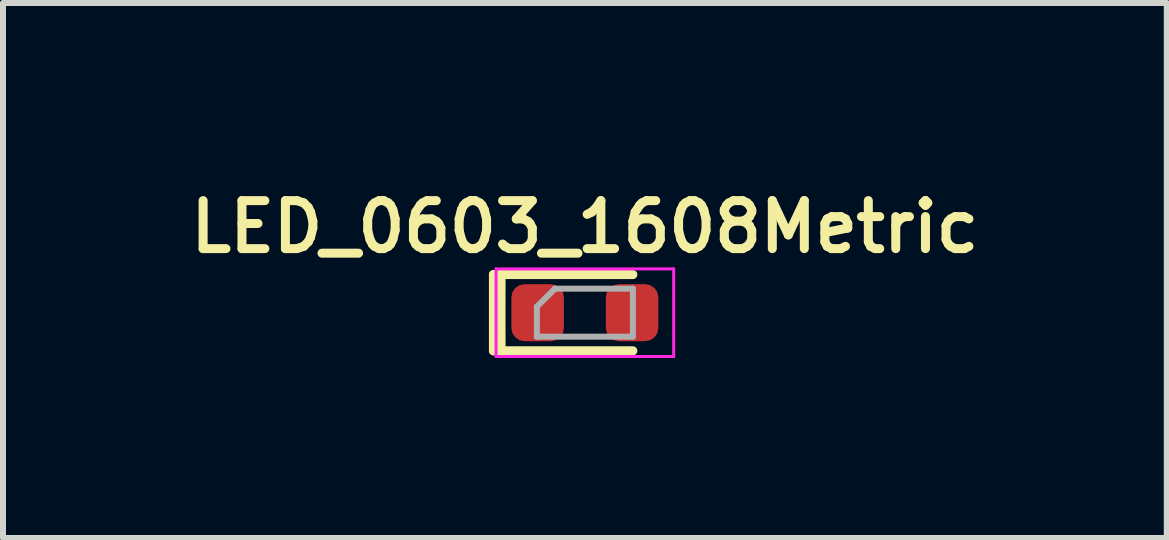
<source format=kicad_pcb>
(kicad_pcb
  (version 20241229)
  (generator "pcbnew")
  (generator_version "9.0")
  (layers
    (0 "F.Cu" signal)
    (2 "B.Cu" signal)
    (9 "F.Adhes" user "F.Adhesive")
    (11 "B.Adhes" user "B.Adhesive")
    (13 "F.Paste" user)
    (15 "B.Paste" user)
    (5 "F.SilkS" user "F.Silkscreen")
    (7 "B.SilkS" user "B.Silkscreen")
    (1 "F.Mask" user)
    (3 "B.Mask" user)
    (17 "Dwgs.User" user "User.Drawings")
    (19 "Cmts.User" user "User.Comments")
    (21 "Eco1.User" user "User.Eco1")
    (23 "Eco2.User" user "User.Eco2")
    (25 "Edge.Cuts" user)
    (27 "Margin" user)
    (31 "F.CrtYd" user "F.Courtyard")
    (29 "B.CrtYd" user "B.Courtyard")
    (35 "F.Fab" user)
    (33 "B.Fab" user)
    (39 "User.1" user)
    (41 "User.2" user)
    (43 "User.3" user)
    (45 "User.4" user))
  (footprint "LED_0603_1608Metric"
    (layer "F.Cu")
    (at 6.697 2.161)
    (property "Reference" "LED_0603_1608Metric" (at 0 -1.43 0) (layer "F.SilkS") (effects (font (size 0.8 0.8) (thickness 0.15))))
    (attr smd)
    (fp_line (start -1.524 -0.635) (end -1.524 0.635) (stroke (width 0.15) (type solid)) (layer "F.SilkS"))
    (fp_line (start -1.524 0.635) (end 0.8 0.635) (stroke (width 0.15) (type solid)) (layer "F.SilkS"))
    (fp_line (start -1.397 -0.635) (end -1.397 0.635) (stroke (width 0.15) (type solid)) (layer "F.SilkS"))
    (fp_line (start 0.8 -0.635) (end -1.524 -0.635) (stroke (width 0.15) (type solid)) (layer "F.SilkS"))
    (fp_line (start -1.48 -0.73) (end 1.48 -0.73) (stroke (width 0.05) (type solid)) (layer "F.CrtYd"))
    (fp_line (start -1.48 0.73) (end -1.48 -0.73) (stroke (width 0.05) (type solid)) (layer "F.CrtYd"))
    (fp_line (start 1.48 -0.73) (end 1.48 0.73) (stroke (width 0.05) (type solid)) (layer "F.CrtYd"))
    (fp_line (start 1.48 0.73) (end -1.48 0.73) (stroke (width 0.05) (type solid)) (layer "F.CrtYd"))
    (fp_line (start -0.8 -0.1) (end -0.8 0.4) (stroke (width 0.1) (type solid)) (layer "F.Fab"))
    (fp_line (start -0.8 0.4) (end 0.8 0.4) (stroke (width 0.1) (type solid)) (layer "F.Fab"))
    (fp_line (start -0.5 -0.4) (end -0.8 -0.1) (stroke (width 0.1) (type solid)) (layer "F.Fab"))
    (fp_line (start 0.8 -0.4) (end -0.5 -0.4) (stroke (width 0.1) (type solid)) (layer "F.Fab"))
    (fp_line (start 0.8 0.4) (end 0.8 -0.4) (stroke (width 0.1) (type solid)) (layer "F.Fab"))
    (pad "1" smd roundrect (at -0.787 0) (size 0.875 0.95) (layers "F.Cu" "F.Mask" "F.Paste") (roundrect_rratio 0.25))
    (pad "2" smd roundrect (at 0.787 0) (size 0.875 0.95) (layers "F.Cu" "F.Mask" "F.Paste") (roundrect_rratio 0.25)))
  (gr_rect
    (start -3 -3)
    (end 16.395 5.916)
    (stroke (width 0.1) (type default))
    (fill no)
    (layer "Edge.Cuts")))
</source>
